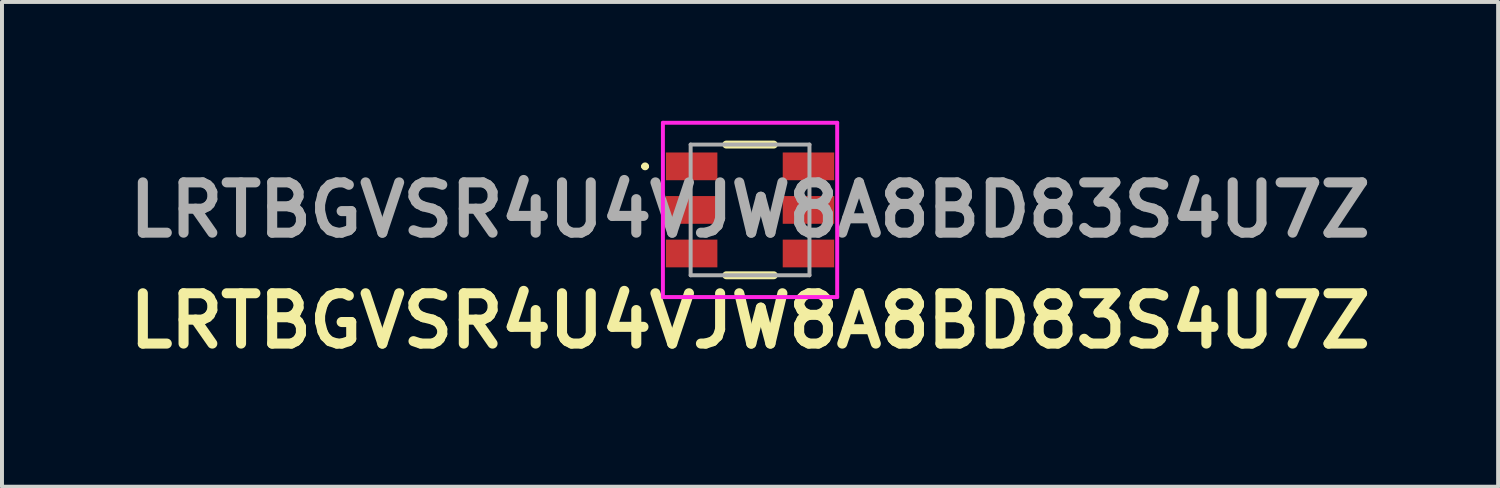
<source format=kicad_pcb>
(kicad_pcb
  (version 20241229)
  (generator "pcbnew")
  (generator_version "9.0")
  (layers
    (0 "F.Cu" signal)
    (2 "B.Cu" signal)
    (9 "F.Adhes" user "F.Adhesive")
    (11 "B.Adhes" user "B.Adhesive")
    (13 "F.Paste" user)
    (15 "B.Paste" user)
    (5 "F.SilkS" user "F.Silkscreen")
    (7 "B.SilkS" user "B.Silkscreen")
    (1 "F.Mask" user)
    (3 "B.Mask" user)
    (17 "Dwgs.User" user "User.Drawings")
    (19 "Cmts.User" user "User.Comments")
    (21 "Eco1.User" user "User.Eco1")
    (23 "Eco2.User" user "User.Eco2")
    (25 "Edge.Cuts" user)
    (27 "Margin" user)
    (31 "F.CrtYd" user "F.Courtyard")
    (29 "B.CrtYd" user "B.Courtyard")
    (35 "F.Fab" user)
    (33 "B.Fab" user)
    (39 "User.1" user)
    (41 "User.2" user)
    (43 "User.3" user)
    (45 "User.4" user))
  (footprint "LRTBGVSR4U4VJW8A8BD83S4U7Z"
    (layer "F.Cu")
    (at 15.887 2.25)
    (property "Reference" "LRTBGVSR4U4VJW8A8BD83S4U7Z" (at 0 2.8 0) (layer "F.SilkS") (effects (font (size 1.27 1.27) (thickness 0.254))))
    (attr smd)
    (fp_line (start -2.7 -1.1) (end -2.7 -1.1) (stroke (width 0.1) (type solid)) (layer "F.SilkS"))
    (fp_line (start -2.6 -1.1) (end -2.6 -1.1) (stroke (width 0.1) (type solid)) (layer "F.SilkS"))
    (fp_line (start -0.6 -1.65) (end 0.6 -1.65) (stroke (width 0.2) (type solid)) (layer "F.SilkS"))
    (fp_line (start -0.6 1.65) (end 0.6 1.65) (stroke (width 0.2) (type solid)) (layer "F.SilkS"))
    (fp_arc (start -2.7 -1.1) (mid -2.65 -1.15) (end -2.6 -1.1) (stroke (width 0.1) (type solid)) (layer "F.SilkS"))
    (fp_arc (start -2.6 -1.1) (mid -2.65 -1.05) (end -2.7 -1.1) (stroke (width 0.1) (type solid)) (layer "F.SilkS"))
    (fp_line (start -2.2 -2.2) (end 2.2 -2.2) (stroke (width 0.1) (type solid)) (layer "F.CrtYd"))
    (fp_line (start -2.2 2.2) (end -2.2 -2.2) (stroke (width 0.1) (type solid)) (layer "F.CrtYd"))
    (fp_line (start 2.2 -2.2) (end 2.2 2.2) (stroke (width 0.1) (type solid)) (layer "F.CrtYd"))
    (fp_line (start 2.2 2.2) (end -2.2 2.2) (stroke (width 0.1) (type solid)) (layer "F.CrtYd"))
    (fp_line (start -1.5 -1.65) (end 1.5 -1.65) (stroke (width 0.1) (type solid)) (layer "F.Fab"))
    (fp_line (start -1.5 1.65) (end -1.5 -1.65) (stroke (width 0.1) (type solid)) (layer "F.Fab"))
    (fp_line (start 1.5 -1.65) (end 1.5 1.65) (stroke (width 0.1) (type solid)) (layer "F.Fab"))
    (fp_line (start 1.5 1.65) (end -1.5 1.65) (stroke (width 0.1) (type solid)) (layer "F.Fab"))
    (fp_text user "${REFERENCE}" (at 0 0 0) (layer "F.Fab") (effects (font (size 1.27 1.27) (thickness 0.254))))
    (pad "A1" smd rect (at 1.475 -1.1 90) (size 0.7 1.3) (layers "F.Cu" "F.Mask" "F.Paste"))
    (pad "A2" smd rect (at 1.475 0 90) (size 0.7 1.3) (layers "F.Cu" "F.Mask" "F.Paste"))
    (pad "A3" smd rect (at -1.475 0 90) (size 0.7 1.3) (layers "F.Cu" "F.Mask" "F.Paste"))
    (pad "C1" smd rect (at -1.475 -1.1 90) (size 0.7 1.3) (layers "F.Cu" "F.Mask" "F.Paste"))
    (pad "C2" smd rect (at 1.475 1.1 90) (size 0.7 1.3) (layers "F.Cu" "F.Mask" "F.Paste"))
    (pad "C3" smd rect (at -1.475 1.1 90) (size 0.7 1.3) (layers "F.Cu" "F.Mask" "F.Paste")))
  (gr_rect
    (start -3 -3)
    (end 34.774 9.239)
    (stroke (width 0.1) (type default))
    (fill no)
    (layer "Edge.Cuts")))
</source>
